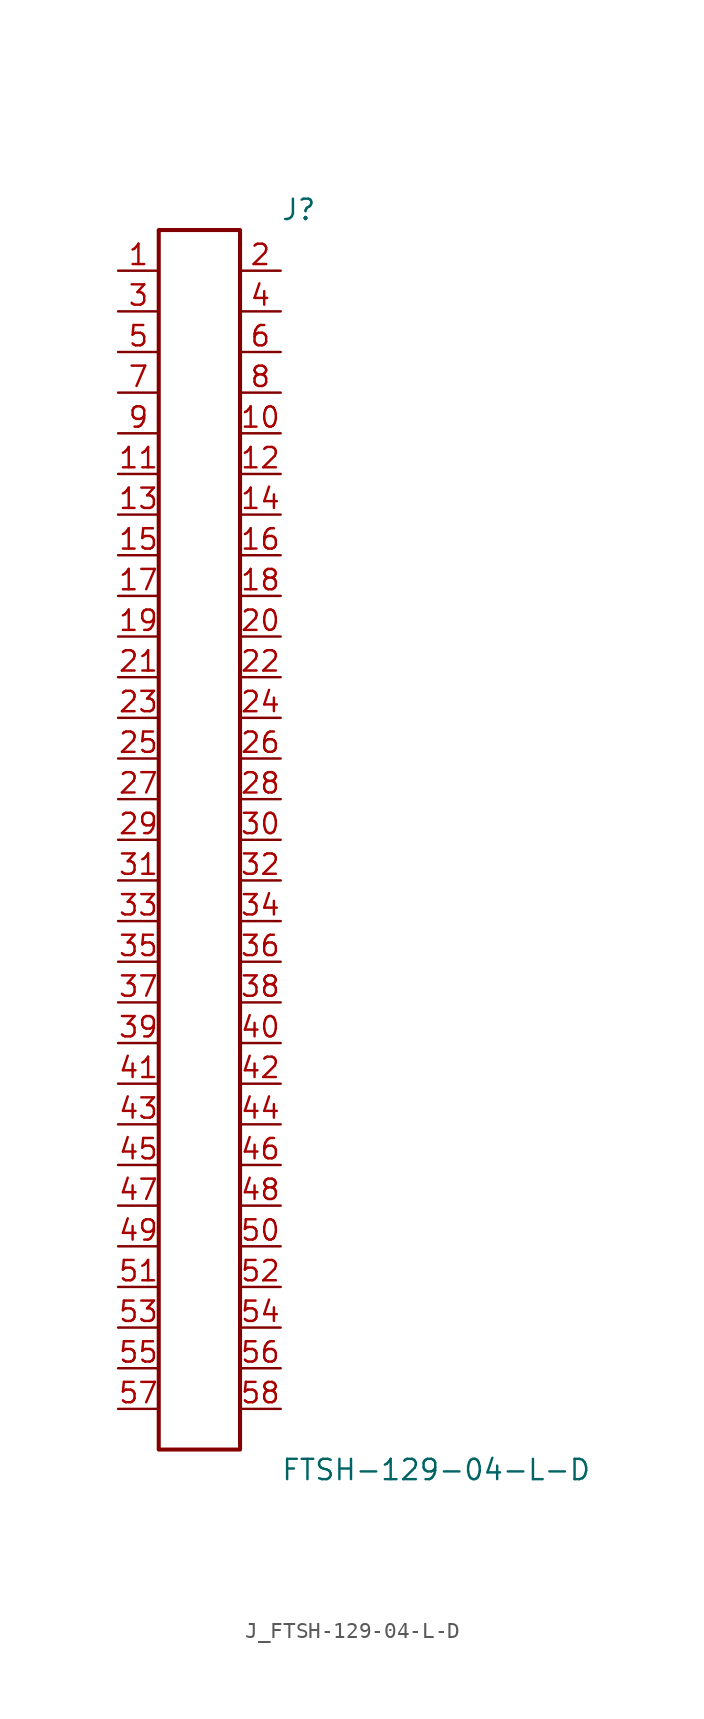
<source format=kicad_sym>
(kicad_symbol_lib
  (version 20231120)
  (generator kicad_symbol_editor)
  (generator_version 8.0)
  (symbol "J_FTSH-129-04-L-D"
    (pin_names
      (offset 0.254))
    (property "Reference" "J"
      (at 5.08 39.37 0)
      (effects (font (size 1.27 1.27)) (justify left)))
    (property "Value" "FTSH-129-04-L-D"
      (at 5.08 -39.37 0)
      (effects (font (size 1.27 1.27)) (justify left)))
    (symbol "J_FTSH-129-04-L-D_0_0"
      (pin passive line (at -5.08 35.56 0) (length 2.54) (name "" (effects (font (size 1.27 1.27)))) (number "1" (effects (font (size 1.27 1.27)))))
      (pin passive line (at 5.08 35.56 180) (length 2.54) (name "" (effects (font (size 1.27 1.27)))) (number "2" (effects (font (size 1.27 1.27)))))
      (pin passive line (at -5.08 33.02 0) (length 2.54) (name "" (effects (font (size 1.27 1.27)))) (number "3" (effects (font (size 1.27 1.27)))))
      (pin passive line (at 5.08 33.02 180) (length 2.54) (name "" (effects (font (size 1.27 1.27)))) (number "4" (effects (font (size 1.27 1.27)))))
      (pin passive line (at -5.08 30.48 0) (length 2.54) (name "" (effects (font (size 1.27 1.27)))) (number "5" (effects (font (size 1.27 1.27)))))
      (pin passive line (at 5.08 30.48 180) (length 2.54) (name "" (effects (font (size 1.27 1.27)))) (number "6" (effects (font (size 1.27 1.27)))))
      (pin passive line (at -5.08 27.94 0) (length 2.54) (name "" (effects (font (size 1.27 1.27)))) (number "7" (effects (font (size 1.27 1.27)))))
      (pin passive line (at 5.08 27.94 180) (length 2.54) (name "" (effects (font (size 1.27 1.27)))) (number "8" (effects (font (size 1.27 1.27)))))
      (pin passive line (at -5.08 25.4 0) (length 2.54) (name "" (effects (font (size 1.27 1.27)))) (number "9" (effects (font (size 1.27 1.27)))))
      (pin passive line (at 5.08 25.4 180) (length 2.54) (name "" (effects (font (size 1.27 1.27)))) (number "10" (effects (font (size 1.27 1.27)))))
      (pin passive line (at -5.08 22.86 0) (length 2.54) (name "" (effects (font (size 1.27 1.27)))) (number "11" (effects (font (size 1.27 1.27)))))
      (pin passive line (at 5.08 22.86 180) (length 2.54) (name "" (effects (font (size 1.27 1.27)))) (number "12" (effects (font (size 1.27 1.27)))))
      (pin passive line (at -5.08 20.32 0) (length 2.54) (name "" (effects (font (size 1.27 1.27)))) (number "13" (effects (font (size 1.27 1.27)))))
      (pin passive line (at 5.08 20.32 180) (length 2.54) (name "" (effects (font (size 1.27 1.27)))) (number "14" (effects (font (size 1.27 1.27)))))
      (pin passive line (at -5.08 17.78 0) (length 2.54) (name "" (effects (font (size 1.27 1.27)))) (number "15" (effects (font (size 1.27 1.27)))))
      (pin passive line (at 5.08 17.78 180) (length 2.54) (name "" (effects (font (size 1.27 1.27)))) (number "16" (effects (font (size 1.27 1.27)))))
      (pin passive line (at -5.08 15.24 0) (length 2.54) (name "" (effects (font (size 1.27 1.27)))) (number "17" (effects (font (size 1.27 1.27)))))
      (pin passive line (at 5.08 15.24 180) (length 2.54) (name "" (effects (font (size 1.27 1.27)))) (number "18" (effects (font (size 1.27 1.27)))))
      (pin passive line (at -5.08 12.7 0) (length 2.54) (name "" (effects (font (size 1.27 1.27)))) (number "19" (effects (font (size 1.27 1.27)))))
      (pin passive line (at 5.08 12.7 180) (length 2.54) (name "" (effects (font (size 1.27 1.27)))) (number "20" (effects (font (size 1.27 1.27)))))
      (pin passive line (at -5.08 10.16 0) (length 2.54) (name "" (effects (font (size 1.27 1.27)))) (number "21" (effects (font (size 1.27 1.27)))))
      (pin passive line (at 5.08 10.16 180) (length 2.54) (name "" (effects (font (size 1.27 1.27)))) (number "22" (effects (font (size 1.27 1.27)))))
      (pin passive line (at -5.08 7.62 0) (length 2.54) (name "" (effects (font (size 1.27 1.27)))) (number "23" (effects (font (size 1.27 1.27)))))
      (pin passive line (at 5.08 7.62 180) (length 2.54) (name "" (effects (font (size 1.27 1.27)))) (number "24" (effects (font (size 1.27 1.27)))))
      (pin passive line (at -5.08 5.08 0) (length 2.54) (name "" (effects (font (size 1.27 1.27)))) (number "25" (effects (font (size 1.27 1.27)))))
      (pin passive line (at 5.08 5.08 180) (length 2.54) (name "" (effects (font (size 1.27 1.27)))) (number "26" (effects (font (size 1.27 1.27)))))
      (pin passive line (at -5.08 2.54 0) (length 2.54) (name "" (effects (font (size 1.27 1.27)))) (number "27" (effects (font (size 1.27 1.27)))))
      (pin passive line (at 5.08 2.54 180) (length 2.54) (name "" (effects (font (size 1.27 1.27)))) (number "28" (effects (font (size 1.27 1.27)))))
      (pin passive line (at -5.08 0.0 0) (length 2.54) (name "" (effects (font (size 1.27 1.27)))) (number "29" (effects (font (size 1.27 1.27)))))
      (pin passive line (at 5.08 0.0 180) (length 2.54) (name "" (effects (font (size 1.27 1.27)))) (number "30" (effects (font (size 1.27 1.27)))))
      (pin passive line (at -5.08 -2.54 0) (length 2.54) (name "" (effects (font (size 1.27 1.27)))) (number "31" (effects (font (size 1.27 1.27)))))
      (pin passive line (at 5.08 -2.54 180) (length 2.54) (name "" (effects (font (size 1.27 1.27)))) (number "32" (effects (font (size 1.27 1.27)))))
      (pin passive line (at -5.08 -5.08 0) (length 2.54) (name "" (effects (font (size 1.27 1.27)))) (number "33" (effects (font (size 1.27 1.27)))))
      (pin passive line (at 5.08 -5.08 180) (length 2.54) (name "" (effects (font (size 1.27 1.27)))) (number "34" (effects (font (size 1.27 1.27)))))
      (pin passive line (at -5.08 -7.62 0) (length 2.54) (name "" (effects (font (size 1.27 1.27)))) (number "35" (effects (font (size 1.27 1.27)))))
      (pin passive line (at 5.08 -7.62 180) (length 2.54) (name "" (effects (font (size 1.27 1.27)))) (number "36" (effects (font (size 1.27 1.27)))))
      (pin passive line (at -5.08 -10.16 0) (length 2.54) (name "" (effects (font (size 1.27 1.27)))) (number "37" (effects (font (size 1.27 1.27)))))
      (pin passive line (at 5.08 -10.16 180) (length 2.54) (name "" (effects (font (size 1.27 1.27)))) (number "38" (effects (font (size 1.27 1.27)))))
      (pin passive line (at -5.08 -12.7 0) (length 2.54) (name "" (effects (font (size 1.27 1.27)))) (number "39" (effects (font (size 1.27 1.27)))))
      (pin passive line (at 5.08 -12.7 180) (length 2.54) (name "" (effects (font (size 1.27 1.27)))) (number "40" (effects (font (size 1.27 1.27)))))
      (pin passive line (at -5.08 -15.24 0) (length 2.54) (name "" (effects (font (size 1.27 1.27)))) (number "41" (effects (font (size 1.27 1.27)))))
      (pin passive line (at 5.08 -15.24 180) (length 2.54) (name "" (effects (font (size 1.27 1.27)))) (number "42" (effects (font (size 1.27 1.27)))))
      (pin passive line (at -5.08 -17.78 0) (length 2.54) (name "" (effects (font (size 1.27 1.27)))) (number "43" (effects (font (size 1.27 1.27)))))
      (pin passive line (at 5.08 -17.78 180) (length 2.54) (name "" (effects (font (size 1.27 1.27)))) (number "44" (effects (font (size 1.27 1.27)))))
      (pin passive line (at -5.08 -20.32 0) (length 2.54) (name "" (effects (font (size 1.27 1.27)))) (number "45" (effects (font (size 1.27 1.27)))))
      (pin passive line (at 5.08 -20.32 180) (length 2.54) (name "" (effects (font (size 1.27 1.27)))) (number "46" (effects (font (size 1.27 1.27)))))
      (pin passive line (at -5.08 -22.86 0) (length 2.54) (name "" (effects (font (size 1.27 1.27)))) (number "47" (effects (font (size 1.27 1.27)))))
      (pin passive line (at 5.08 -22.86 180) (length 2.54) (name "" (effects (font (size 1.27 1.27)))) (number "48" (effects (font (size 1.27 1.27)))))
      (pin passive line (at -5.08 -25.4 0) (length 2.54) (name "" (effects (font (size 1.27 1.27)))) (number "49" (effects (font (size 1.27 1.27)))))
      (pin passive line (at 5.08 -25.4 180) (length 2.54) (name "" (effects (font (size 1.27 1.27)))) (number "50" (effects (font (size 1.27 1.27)))))
      (pin passive line (at -5.08 -27.94 0) (length 2.54) (name "" (effects (font (size 1.27 1.27)))) (number "51" (effects (font (size 1.27 1.27)))))
      (pin passive line (at 5.08 -27.94 180) (length 2.54) (name "" (effects (font (size 1.27 1.27)))) (number "52" (effects (font (size 1.27 1.27)))))
      (pin passive line (at -5.08 -30.48 0) (length 2.54) (name "" (effects (font (size 1.27 1.27)))) (number "53" (effects (font (size 1.27 1.27)))))
      (pin passive line (at 5.08 -30.48 180) (length 2.54) (name "" (effects (font (size 1.27 1.27)))) (number "54" (effects (font (size 1.27 1.27)))))
      (pin passive line (at -5.08 -33.02 0) (length 2.54) (name "" (effects (font (size 1.27 1.27)))) (number "55" (effects (font (size 1.27 1.27)))))
      (pin passive line (at 5.08 -33.02 180) (length 2.54) (name "" (effects (font (size 1.27 1.27)))) (number "56" (effects (font (size 1.27 1.27)))))
      (pin passive line (at -5.08 -35.56 0) (length 2.54) (name "" (effects (font (size 1.27 1.27)))) (number "57" (effects (font (size 1.27 1.27)))))
      (pin passive line (at 5.08 -35.56 180) (length 2.54) (name "" (effects (font (size 1.27 1.27)))) (number "58" (effects (font (size 1.27 1.27))))))
    (symbol "J_FTSH-129-04-L-D_1_0"
      (rectangle (start -2.54 38.1) (end 2.54 -38.1) (stroke (width 0.254) (type solid)) (fill (type none))))))
</source>
